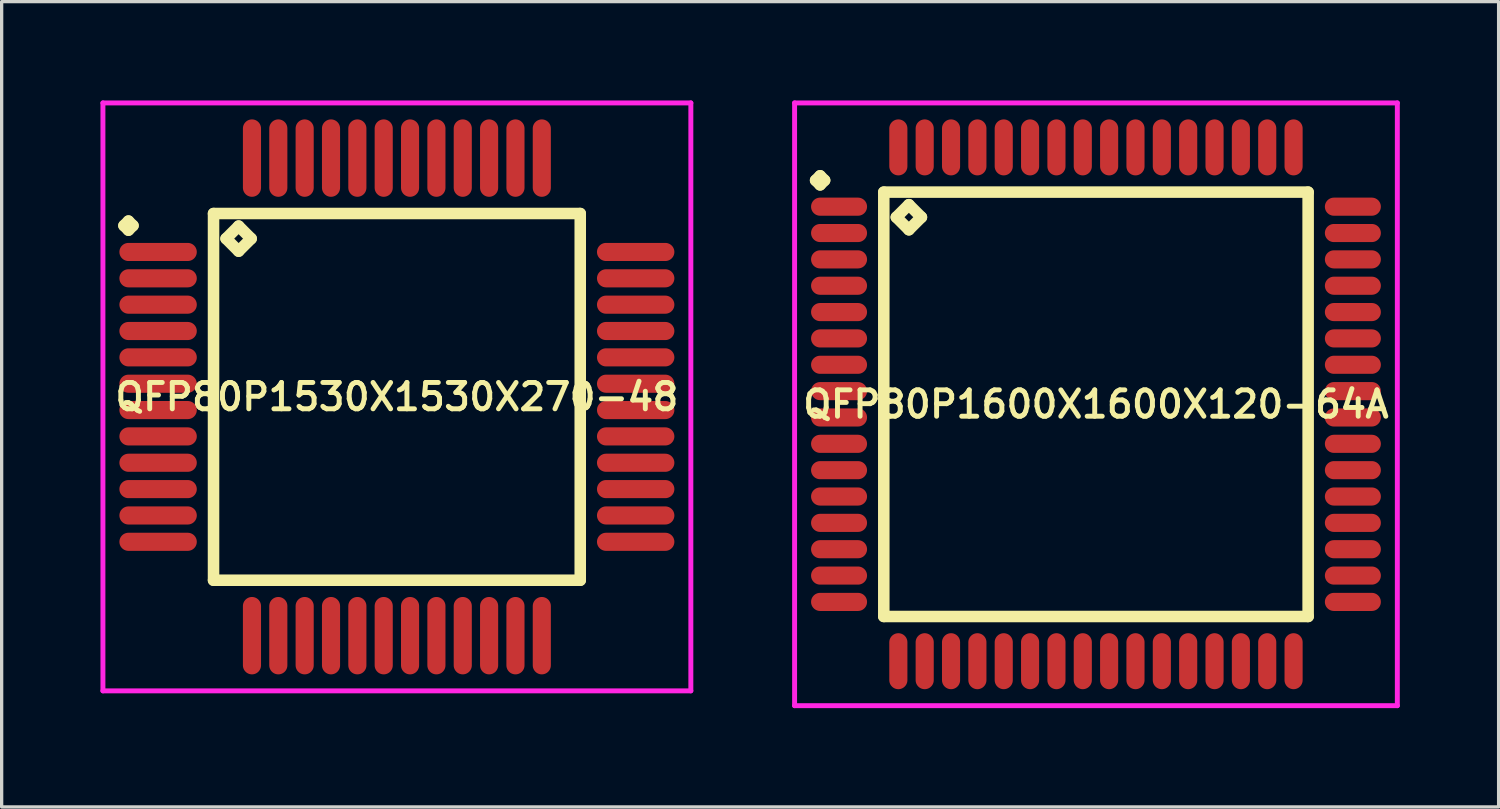
<source format=kicad_pcb>
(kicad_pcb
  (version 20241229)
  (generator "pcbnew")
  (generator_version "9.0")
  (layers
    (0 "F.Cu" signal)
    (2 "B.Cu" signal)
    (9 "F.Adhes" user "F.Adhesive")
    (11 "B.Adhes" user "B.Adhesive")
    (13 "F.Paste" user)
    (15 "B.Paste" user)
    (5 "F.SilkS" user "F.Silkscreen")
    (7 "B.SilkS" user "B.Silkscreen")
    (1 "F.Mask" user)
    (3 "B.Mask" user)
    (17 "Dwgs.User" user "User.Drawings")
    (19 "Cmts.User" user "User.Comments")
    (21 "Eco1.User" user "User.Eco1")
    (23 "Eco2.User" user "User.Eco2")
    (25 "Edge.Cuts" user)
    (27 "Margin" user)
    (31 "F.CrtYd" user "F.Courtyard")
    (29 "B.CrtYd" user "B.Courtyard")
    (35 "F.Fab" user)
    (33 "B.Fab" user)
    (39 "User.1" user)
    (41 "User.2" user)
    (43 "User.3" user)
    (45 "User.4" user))
  (footprint "QFP80P1530X1530X270-48"
    (layer "F.Cu")
    (at 9 9)
    (property "Reference" "QFP80P1530X1530X270-48" (at 0 0 0) (layer "F.SilkS") (effects (font (size 0.8 0.8) (thickness 0.15))))
    (attr smd)
    (fp_line (start -8.287 -5.2) (end -8.15 -5.338) (stroke (width 0.35) (type solid)) (layer "F.SilkS"))
    (fp_line (start -8.15 -5.338) (end -8.012 -5.2) (stroke (width 0.35) (type solid)) (layer "F.SilkS"))
    (fp_line (start -8.15 -5.062) (end -8.287 -5.2) (stroke (width 0.35) (type solid)) (layer "F.SilkS"))
    (fp_line (start -8.012 -5.2) (end -8.15 -5.062) (stroke (width 0.35) (type solid)) (layer "F.SilkS"))
    (fp_line (start -5.567 -5.567) (end -5.567 5.567) (stroke (width 0.35) (type solid)) (layer "F.SilkS"))
    (fp_line (start -5.567 5.567) (end 5.567 5.567) (stroke (width 0.35) (type solid)) (layer "F.SilkS"))
    (fp_line (start -5.186 -4.805) (end -4.805 -5.186) (stroke (width 0.35) (type solid)) (layer "F.SilkS"))
    (fp_line (start -4.805 -5.186) (end -4.424 -4.805) (stroke (width 0.35) (type solid)) (layer "F.SilkS"))
    (fp_line (start -4.805 -4.424) (end -5.186 -4.805) (stroke (width 0.35) (type solid)) (layer "F.SilkS"))
    (fp_line (start -4.424 -4.805) (end -4.805 -4.424) (stroke (width 0.35) (type solid)) (layer "F.SilkS"))
    (fp_line (start 5.567 -5.567) (end -5.567 -5.567) (stroke (width 0.35) (type solid)) (layer "F.SilkS"))
    (fp_line (start 5.567 5.567) (end 5.567 -5.567) (stroke (width 0.35) (type solid)) (layer "F.SilkS"))
    (fp_line (start -8.925 -8.925) (end 8.925 -8.925) (stroke (width 0.15) (type solid)) (layer "F.CrtYd"))
    (fp_line (start -8.925 8.925) (end -8.925 -8.925) (stroke (width 0.15) (type solid)) (layer "F.CrtYd"))
    (fp_line (start 8.925 -8.925) (end 8.925 8.925) (stroke (width 0.15) (type solid)) (layer "F.CrtYd"))
    (fp_line (start 8.925 8.925) (end -8.925 8.925) (stroke (width 0.15) (type solid)) (layer "F.CrtYd"))
    (pad "1" smd oval (at -7.25 -4.4) (size 2.35 0.55) (layers "F.Cu" "F.Mask" "F.Paste"))
    (pad "2" smd oval (at -7.25 -3.6) (size 2.35 0.55) (layers "F.Cu" "F.Mask" "F.Paste"))
    (pad "3" smd oval (at -7.25 -2.8) (size 2.35 0.55) (layers "F.Cu" "F.Mask" "F.Paste"))
    (pad "4" smd oval (at -7.25 -2) (size 2.35 0.55) (layers "F.Cu" "F.Mask" "F.Paste"))
    (pad "5" smd oval (at -7.25 -1.2) (size 2.35 0.55) (layers "F.Cu" "F.Mask" "F.Paste"))
    (pad "6" smd oval (at -7.25 -0.4) (size 2.35 0.55) (layers "F.Cu" "F.Mask" "F.Paste"))
    (pad "7" smd oval (at -7.25 0.4) (size 2.35 0.55) (layers "F.Cu" "F.Mask" "F.Paste"))
    (pad "8" smd oval (at -7.25 1.2) (size 2.35 0.55) (layers "F.Cu" "F.Mask" "F.Paste"))
    (pad "9" smd oval (at -7.25 2) (size 2.35 0.55) (layers "F.Cu" "F.Mask" "F.Paste"))
    (pad "10" smd oval (at -7.25 2.8) (size 2.35 0.55) (layers "F.Cu" "F.Mask" "F.Paste"))
    (pad "11" smd oval (at -7.25 3.6) (size 2.35 0.55) (layers "F.Cu" "F.Mask" "F.Paste"))
    (pad "12" smd oval (at -7.25 4.4) (size 2.35 0.55) (layers "F.Cu" "F.Mask" "F.Paste"))
    (pad "13" smd oval (at -4.4 7.25) (size 0.55 2.35) (layers "F.Cu" "F.Mask" "F.Paste"))
    (pad "14" smd oval (at -3.6 7.25) (size 0.55 2.35) (layers "F.Cu" "F.Mask" "F.Paste"))
    (pad "15" smd oval (at -2.8 7.25) (size 0.55 2.35) (layers "F.Cu" "F.Mask" "F.Paste"))
    (pad "16" smd oval (at -2 7.25) (size 0.55 2.35) (layers "F.Cu" "F.Mask" "F.Paste"))
    (pad "17" smd oval (at -1.2 7.25) (size 0.55 2.35) (layers "F.Cu" "F.Mask" "F.Paste"))
    (pad "18" smd oval (at -0.4 7.25) (size 0.55 2.35) (layers "F.Cu" "F.Mask" "F.Paste"))
    (pad "19" smd oval (at 0.4 7.25) (size 0.55 2.35) (layers "F.Cu" "F.Mask" "F.Paste"))
    (pad "20" smd oval (at 1.2 7.25) (size 0.55 2.35) (layers "F.Cu" "F.Mask" "F.Paste"))
    (pad "21" smd oval (at 2 7.25) (size 0.55 2.35) (layers "F.Cu" "F.Mask" "F.Paste"))
    (pad "22" smd oval (at 2.8 7.25) (size 0.55 2.35) (layers "F.Cu" "F.Mask" "F.Paste"))
    (pad "23" smd oval (at 3.6 7.25) (size 0.55 2.35) (layers "F.Cu" "F.Mask" "F.Paste"))
    (pad "24" smd oval (at 4.4 7.25) (size 0.55 2.35) (layers "F.Cu" "F.Mask" "F.Paste"))
    (pad "25" smd oval (at 7.25 4.4) (size 2.35 0.55) (layers "F.Cu" "F.Mask" "F.Paste"))
    (pad "26" smd oval (at 7.25 3.6) (size 2.35 0.55) (layers "F.Cu" "F.Mask" "F.Paste"))
    (pad "27" smd oval (at 7.25 2.8) (size 2.35 0.55) (layers "F.Cu" "F.Mask" "F.Paste"))
    (pad "28" smd oval (at 7.25 2) (size 2.35 0.55) (layers "F.Cu" "F.Mask" "F.Paste"))
    (pad "29" smd oval (at 7.25 1.2) (size 2.35 0.55) (layers "F.Cu" "F.Mask" "F.Paste"))
    (pad "30" smd oval (at 7.25 0.4) (size 2.35 0.55) (layers "F.Cu" "F.Mask" "F.Paste"))
    (pad "31" smd oval (at 7.25 -0.4) (size 2.35 0.55) (layers "F.Cu" "F.Mask" "F.Paste"))
    (pad "32" smd oval (at 7.25 -1.2) (size 2.35 0.55) (layers "F.Cu" "F.Mask" "F.Paste"))
    (pad "33" smd oval (at 7.25 -2) (size 2.35 0.55) (layers "F.Cu" "F.Mask" "F.Paste"))
    (pad "34" smd oval (at 7.25 -2.8) (size 2.35 0.55) (layers "F.Cu" "F.Mask" "F.Paste"))
    (pad "35" smd oval (at 7.25 -3.6) (size 2.35 0.55) (layers "F.Cu" "F.Mask" "F.Paste"))
    (pad "36" smd oval (at 7.25 -4.4) (size 2.35 0.55) (layers "F.Cu" "F.Mask" "F.Paste"))
    (pad "37" smd oval (at 4.4 -7.25) (size 0.55 2.35) (layers "F.Cu" "F.Mask" "F.Paste"))
    (pad "38" smd oval (at 3.6 -7.25) (size 0.55 2.35) (layers "F.Cu" "F.Mask" "F.Paste"))
    (pad "39" smd oval (at 2.8 -7.25) (size 0.55 2.35) (layers "F.Cu" "F.Mask" "F.Paste"))
    (pad "40" smd oval (at 2 -7.25) (size 0.55 2.35) (layers "F.Cu" "F.Mask" "F.Paste"))
    (pad "41" smd oval (at 1.2 -7.25) (size 0.55 2.35) (layers "F.Cu" "F.Mask" "F.Paste"))
    (pad "42" smd oval (at 0.4 -7.25) (size 0.55 2.35) (layers "F.Cu" "F.Mask" "F.Paste"))
    (pad "43" smd oval (at -0.4 -7.25) (size 0.55 2.35) (layers "F.Cu" "F.Mask" "F.Paste"))
    (pad "44" smd oval (at -1.2 -7.25) (size 0.55 2.35) (layers "F.Cu" "F.Mask" "F.Paste"))
    (pad "45" smd oval (at -2 -7.25) (size 0.55 2.35) (layers "F.Cu" "F.Mask" "F.Paste"))
    (pad "46" smd oval (at -2.8 -7.25) (size 0.55 2.35) (layers "F.Cu" "F.Mask" "F.Paste"))
    (pad "47" smd oval (at -3.6 -7.25) (size 0.55 2.35) (layers "F.Cu" "F.Mask" "F.Paste"))
    (pad "48" smd oval (at -4.4 -7.25) (size 0.55 2.35) (layers "F.Cu" "F.Mask" "F.Paste")))
  (footprint "QFP80P1600X1600X120-64A"
    (layer "F.Cu")
    (at 30.225 9.225)
    (property "Reference" "QFP80P1600X1600X120-64A" (at 0 0 0) (layer "F.SilkS") (effects (font (size 0.8 0.8) (thickness 0.15))))
    (attr smd)
    (fp_line (start -8.512 -6.8) (end -8.375 -6.938) (stroke (width 0.35) (type solid)) (layer "F.SilkS"))
    (fp_line (start -8.375 -6.938) (end -8.238 -6.8) (stroke (width 0.35) (type solid)) (layer "F.SilkS"))
    (fp_line (start -8.375 -6.662) (end -8.512 -6.8) (stroke (width 0.35) (type solid)) (layer "F.SilkS"))
    (fp_line (start -8.238 -6.8) (end -8.375 -6.662) (stroke (width 0.35) (type solid)) (layer "F.SilkS"))
    (fp_line (start -6.442 -6.442) (end -6.442 6.442) (stroke (width 0.35) (type solid)) (layer "F.SilkS"))
    (fp_line (start -6.442 6.442) (end 6.442 6.442) (stroke (width 0.35) (type solid)) (layer "F.SilkS"))
    (fp_line (start -6.061 -5.68) (end -5.68 -6.061) (stroke (width 0.35) (type solid)) (layer "F.SilkS"))
    (fp_line (start -5.68 -6.061) (end -5.299 -5.68) (stroke (width 0.35) (type solid)) (layer "F.SilkS"))
    (fp_line (start -5.68 -5.299) (end -6.061 -5.68) (stroke (width 0.35) (type solid)) (layer "F.SilkS"))
    (fp_line (start -5.299 -5.68) (end -5.68 -5.299) (stroke (width 0.35) (type solid)) (layer "F.SilkS"))
    (fp_line (start 6.442 -6.442) (end -6.442 -6.442) (stroke (width 0.35) (type solid)) (layer "F.SilkS"))
    (fp_line (start 6.442 6.442) (end 6.442 -6.442) (stroke (width 0.35) (type solid)) (layer "F.SilkS"))
    (fp_line (start -9.15 -9.15) (end 9.15 -9.15) (stroke (width 0.15) (type solid)) (layer "F.CrtYd"))
    (fp_line (start -9.15 9.15) (end -9.15 -9.15) (stroke (width 0.15) (type solid)) (layer "F.CrtYd"))
    (fp_line (start 9.15 -9.15) (end 9.15 9.15) (stroke (width 0.15) (type solid)) (layer "F.CrtYd"))
    (fp_line (start 9.15 9.15) (end -9.15 9.15) (stroke (width 0.15) (type solid)) (layer "F.CrtYd"))
    (pad "1" smd oval (at -7.8 -6) (size 1.7 0.55) (layers "F.Cu" "F.Mask" "F.Paste"))
    (pad "2" smd oval (at -7.8 -5.2) (size 1.7 0.55) (layers "F.Cu" "F.Mask" "F.Paste"))
    (pad "3" smd oval (at -7.8 -4.4) (size 1.7 0.55) (layers "F.Cu" "F.Mask" "F.Paste"))
    (pad "4" smd oval (at -7.8 -3.6) (size 1.7 0.55) (layers "F.Cu" "F.Mask" "F.Paste"))
    (pad "5" smd oval (at -7.8 -2.8) (size 1.7 0.55) (layers "F.Cu" "F.Mask" "F.Paste"))
    (pad "6" smd oval (at -7.8 -2) (size 1.7 0.55) (layers "F.Cu" "F.Mask" "F.Paste"))
    (pad "7" smd oval (at -7.8 -1.2) (size 1.7 0.55) (layers "F.Cu" "F.Mask" "F.Paste"))
    (pad "8" smd oval (at -7.8 -0.4) (size 1.7 0.55) (layers "F.Cu" "F.Mask" "F.Paste"))
    (pad "9" smd oval (at -7.8 0.4) (size 1.7 0.55) (layers "F.Cu" "F.Mask" "F.Paste"))
    (pad "10" smd oval (at -7.8 1.2) (size 1.7 0.55) (layers "F.Cu" "F.Mask" "F.Paste"))
    (pad "11" smd oval (at -7.8 2) (size 1.7 0.55) (layers "F.Cu" "F.Mask" "F.Paste"))
    (pad "12" smd oval (at -7.8 2.8) (size 1.7 0.55) (layers "F.Cu" "F.Mask" "F.Paste"))
    (pad "13" smd oval (at -7.8 3.6) (size 1.7 0.55) (layers "F.Cu" "F.Mask" "F.Paste"))
    (pad "14" smd oval (at -7.8 4.4) (size 1.7 0.55) (layers "F.Cu" "F.Mask" "F.Paste"))
    (pad "15" smd oval (at -7.8 5.2) (size 1.7 0.55) (layers "F.Cu" "F.Mask" "F.Paste"))
    (pad "16" smd oval (at -7.8 6) (size 1.7 0.55) (layers "F.Cu" "F.Mask" "F.Paste"))
    (pad "17" smd oval (at -6 7.8) (size 0.55 1.7) (layers "F.Cu" "F.Mask" "F.Paste"))
    (pad "18" smd oval (at -5.2 7.8) (size 0.55 1.7) (layers "F.Cu" "F.Mask" "F.Paste"))
    (pad "19" smd oval (at -4.4 7.8) (size 0.55 1.7) (layers "F.Cu" "F.Mask" "F.Paste"))
    (pad "20" smd oval (at -3.6 7.8) (size 0.55 1.7) (layers "F.Cu" "F.Mask" "F.Paste"))
    (pad "21" smd oval (at -2.8 7.8) (size 0.55 1.7) (layers "F.Cu" "F.Mask" "F.Paste"))
    (pad "22" smd oval (at -2 7.8) (size 0.55 1.7) (layers "F.Cu" "F.Mask" "F.Paste"))
    (pad "23" smd oval (at -1.2 7.8) (size 0.55 1.7) (layers "F.Cu" "F.Mask" "F.Paste"))
    (pad "24" smd oval (at -0.4 7.8) (size 0.55 1.7) (layers "F.Cu" "F.Mask" "F.Paste"))
    (pad "25" smd oval (at 0.4 7.8) (size 0.55 1.7) (layers "F.Cu" "F.Mask" "F.Paste"))
    (pad "26" smd oval (at 1.2 7.8) (size 0.55 1.7) (layers "F.Cu" "F.Mask" "F.Paste"))
    (pad "27" smd oval (at 2 7.8) (size 0.55 1.7) (layers "F.Cu" "F.Mask" "F.Paste"))
    (pad "28" smd oval (at 2.8 7.8) (size 0.55 1.7) (layers "F.Cu" "F.Mask" "F.Paste"))
    (pad "29" smd oval (at 3.6 7.8) (size 0.55 1.7) (layers "F.Cu" "F.Mask" "F.Paste"))
    (pad "30" smd oval (at 4.4 7.8) (size 0.55 1.7) (layers "F.Cu" "F.Mask" "F.Paste"))
    (pad "31" smd oval (at 5.2 7.8) (size 0.55 1.7) (layers "F.Cu" "F.Mask" "F.Paste"))
    (pad "32" smd oval (at 6 7.8) (size 0.55 1.7) (layers "F.Cu" "F.Mask" "F.Paste"))
    (pad "33" smd oval (at 7.8 6) (size 1.7 0.55) (layers "F.Cu" "F.Mask" "F.Paste"))
    (pad "34" smd oval (at 7.8 5.2) (size 1.7 0.55) (layers "F.Cu" "F.Mask" "F.Paste"))
    (pad "35" smd oval (at 7.8 4.4) (size 1.7 0.55) (layers "F.Cu" "F.Mask" "F.Paste"))
    (pad "36" smd oval (at 7.8 3.6) (size 1.7 0.55) (layers "F.Cu" "F.Mask" "F.Paste"))
    (pad "37" smd oval (at 7.8 2.8) (size 1.7 0.55) (layers "F.Cu" "F.Mask" "F.Paste"))
    (pad "38" smd oval (at 7.8 2) (size 1.7 0.55) (layers "F.Cu" "F.Mask" "F.Paste"))
    (pad "39" smd oval (at 7.8 1.2) (size 1.7 0.55) (layers "F.Cu" "F.Mask" "F.Paste"))
    (pad "40" smd oval (at 7.8 0.4) (size 1.7 0.55) (layers "F.Cu" "F.Mask" "F.Paste"))
    (pad "41" smd oval (at 7.8 -0.4) (size 1.7 0.55) (layers "F.Cu" "F.Mask" "F.Paste"))
    (pad "42" smd oval (at 7.8 -1.2) (size 1.7 0.55) (layers "F.Cu" "F.Mask" "F.Paste"))
    (pad "43" smd oval (at 7.8 -2) (size 1.7 0.55) (layers "F.Cu" "F.Mask" "F.Paste"))
    (pad "44" smd oval (at 7.8 -2.8) (size 1.7 0.55) (layers "F.Cu" "F.Mask" "F.Paste"))
    (pad "45" smd oval (at 7.8 -3.6) (size 1.7 0.55) (layers "F.Cu" "F.Mask" "F.Paste"))
    (pad "46" smd oval (at 7.8 -4.4) (size 1.7 0.55) (layers "F.Cu" "F.Mask" "F.Paste"))
    (pad "47" smd oval (at 7.8 -5.2) (size 1.7 0.55) (layers "F.Cu" "F.Mask" "F.Paste"))
    (pad "48" smd oval (at 7.8 -6) (size 1.7 0.55) (layers "F.Cu" "F.Mask" "F.Paste"))
    (pad "49" smd oval (at 6 -7.8) (size 0.55 1.7) (layers "F.Cu" "F.Mask" "F.Paste"))
    (pad "50" smd oval (at 5.2 -7.8) (size 0.55 1.7) (layers "F.Cu" "F.Mask" "F.Paste"))
    (pad "51" smd oval (at 4.4 -7.8) (size 0.55 1.7) (layers "F.Cu" "F.Mask" "F.Paste"))
    (pad "52" smd oval (at 3.6 -7.8) (size 0.55 1.7) (layers "F.Cu" "F.Mask" "F.Paste"))
    (pad "53" smd oval (at 2.8 -7.8) (size 0.55 1.7) (layers "F.Cu" "F.Mask" "F.Paste"))
    (pad "54" smd oval (at 2 -7.8) (size 0.55 1.7) (layers "F.Cu" "F.Mask" "F.Paste"))
    (pad "55" smd oval (at 1.2 -7.8) (size 0.55 1.7) (layers "F.Cu" "F.Mask" "F.Paste"))
    (pad "56" smd oval (at 0.4 -7.8) (size 0.55 1.7) (layers "F.Cu" "F.Mask" "F.Paste"))
    (pad "57" smd oval (at -0.4 -7.8) (size 0.55 1.7) (layers "F.Cu" "F.Mask" "F.Paste"))
    (pad "58" smd oval (at -1.2 -7.8) (size 0.55 1.7) (layers "F.Cu" "F.Mask" "F.Paste"))
    (pad "59" smd oval (at -2 -7.8) (size 0.55 1.7) (layers "F.Cu" "F.Mask" "F.Paste"))
    (pad "60" smd oval (at -2.8 -7.8) (size 0.55 1.7) (layers "F.Cu" "F.Mask" "F.Paste"))
    (pad "61" smd oval (at -3.6 -7.8) (size 0.55 1.7) (layers "F.Cu" "F.Mask" "F.Paste"))
    (pad "62" smd oval (at -4.4 -7.8) (size 0.55 1.7) (layers "F.Cu" "F.Mask" "F.Paste"))
    (pad "63" smd oval (at -5.2 -7.8) (size 0.55 1.7) (layers "F.Cu" "F.Mask" "F.Paste"))
    (pad "64" smd oval (at -6 -7.8) (size 0.55 1.7) (layers "F.Cu" "F.Mask" "F.Paste")))
  (gr_rect
    (start -3 -3)
    (end 42.45 21.45)
    (stroke (width 0.1) (type default))
    (fill no)
    (layer "Edge.Cuts")))
</source>
